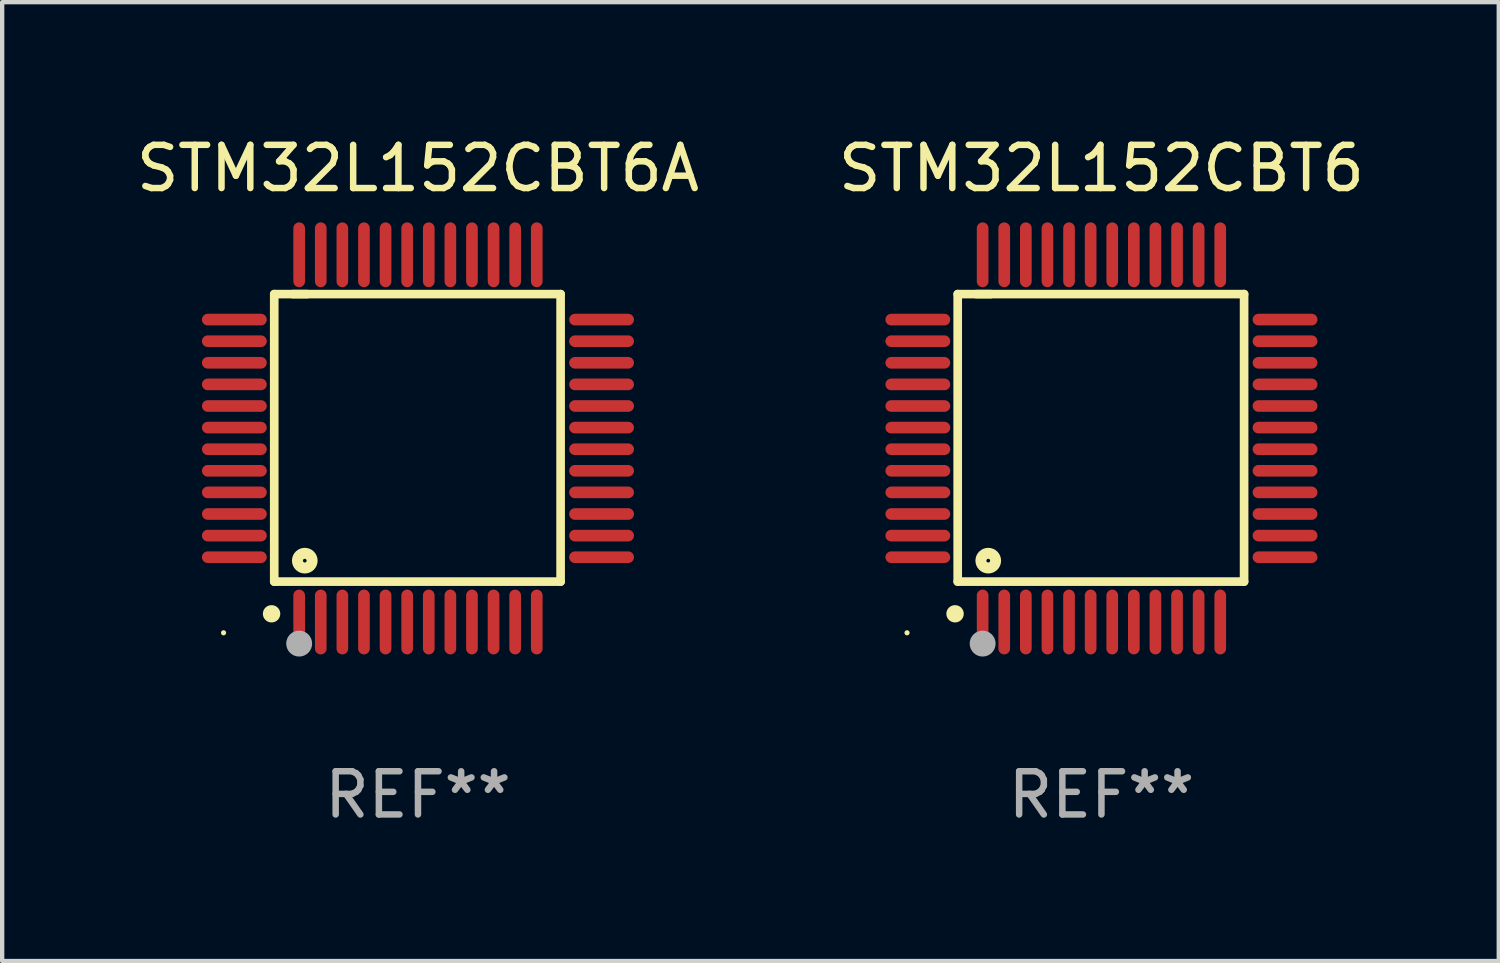
<source format=kicad_pcb>
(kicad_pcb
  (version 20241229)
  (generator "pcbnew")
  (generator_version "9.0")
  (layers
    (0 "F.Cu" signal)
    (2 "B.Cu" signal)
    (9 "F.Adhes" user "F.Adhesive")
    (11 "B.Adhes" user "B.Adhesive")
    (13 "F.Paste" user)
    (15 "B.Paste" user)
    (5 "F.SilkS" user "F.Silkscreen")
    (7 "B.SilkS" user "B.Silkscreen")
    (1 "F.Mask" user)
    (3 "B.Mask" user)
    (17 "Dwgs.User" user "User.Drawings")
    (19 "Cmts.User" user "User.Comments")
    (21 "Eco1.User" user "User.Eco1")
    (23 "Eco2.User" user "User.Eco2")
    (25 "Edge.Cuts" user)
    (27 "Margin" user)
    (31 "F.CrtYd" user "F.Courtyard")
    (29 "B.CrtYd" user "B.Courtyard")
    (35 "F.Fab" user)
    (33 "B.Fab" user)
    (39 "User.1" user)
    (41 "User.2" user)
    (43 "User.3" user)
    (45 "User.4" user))
  (footprint "STM32L152CBT6"
    (layer "F.Cu")
    (at 22.446 7.098)
    (property "Reference" "STM32L152CBT6" (at 0 -6.25 0) (layer "F.SilkS") (effects (font (size 1 1) (thickness 0.15))))
    (attr through_hole)
    (fp_line (start -3.327 -3.34) (end -2.565 -3.34) (stroke (width 0.2) (type solid)) (layer "F.SilkS"))
    (fp_line (start -3.327 3.315) (end -3.327 -3.34) (stroke (width 0.2) (type solid)) (layer "F.SilkS"))
    (fp_line (start -2.896 -3.34) (end 3.302 -3.34) (stroke (width 0.2) (type solid)) (layer "F.SilkS"))
    (fp_line (start 3.302 -3.34) (end 3.302 3.315) (stroke (width 0.2) (type solid)) (layer "F.SilkS"))
    (fp_line (start 3.302 3.315) (end -3.327 3.315) (stroke (width 0.2) (type solid)) (layer "F.SilkS"))
    (fp_arc (start -3.389992 4.059995) (mid -3.388722 4.059991) (end -3.387452 4.059995) (stroke (width 0.4) (type solid)) (layer "F.SilkS"))
    (fp_circle (center -4.5 4.5) (end -4.47 4.5) (stroke (width 0.06) (type solid)) (fill no) (layer "F.SilkS"))
    (fp_circle (center -2.62 2.83) (end -2.45 2.83) (stroke (width 0.254) (type solid)) (fill no) (layer "F.SilkS"))
    (fp_circle (center -2.75 4.75) (end -2.6 4.75) (stroke (width 0.3) (type solid)) (fill no) (layer "F.Fab"))
    (fp_text user "REF**" (at 0 8.25 0) (layer "F.Fab") (effects (font (size 1 1) (thickness 0.15))))
    (pad "1" smd oval (at -2.75 4.25) (size 0.27 1.5) (layers "F.Cu" "F.Mask" "F.Paste"))
    (pad "2" smd oval (at -2.25 4.25) (size 0.27 1.5) (layers "F.Cu" "F.Mask" "F.Paste"))
    (pad "3" smd oval (at -1.75 4.25) (size 0.27 1.5) (layers "F.Cu" "F.Mask" "F.Paste"))
    (pad "4" smd oval (at -1.25 4.25) (size 0.27 1.5) (layers "F.Cu" "F.Mask" "F.Paste"))
    (pad "5" smd oval (at -0.75 4.25) (size 0.27 1.5) (layers "F.Cu" "F.Mask" "F.Paste"))
    (pad "6" smd oval (at -0.25 4.25) (size 0.27 1.5) (layers "F.Cu" "F.Mask" "F.Paste"))
    (pad "7" smd oval (at 0.25 4.25) (size 0.27 1.5) (layers "F.Cu" "F.Mask" "F.Paste"))
    (pad "8" smd oval (at 0.75 4.25) (size 0.27 1.5) (layers "F.Cu" "F.Mask" "F.Paste"))
    (pad "9" smd oval (at 1.25 4.25) (size 0.27 1.5) (layers "F.Cu" "F.Mask" "F.Paste"))
    (pad "10" smd oval (at 1.75 4.25) (size 0.27 1.5) (layers "F.Cu" "F.Mask" "F.Paste"))
    (pad "11" smd oval (at 2.25 4.25) (size 0.27 1.5) (layers "F.Cu" "F.Mask" "F.Paste"))
    (pad "12" smd oval (at 2.75 4.25) (size 0.27 1.5) (layers "F.Cu" "F.Mask" "F.Paste"))
    (pad "13" smd oval (at 4.25 2.75) (size 1.5 0.27) (layers "F.Cu" "F.Mask" "F.Paste"))
    (pad "14" smd oval (at 4.25 2.25) (size 1.5 0.27) (layers "F.Cu" "F.Mask" "F.Paste"))
    (pad "15" smd oval (at 4.25 1.75) (size 1.5 0.27) (layers "F.Cu" "F.Mask" "F.Paste"))
    (pad "16" smd oval (at 4.25 1.25) (size 1.5 0.27) (layers "F.Cu" "F.Mask" "F.Paste"))
    (pad "17" smd oval (at 4.25 0.75) (size 1.5 0.27) (layers "F.Cu" "F.Mask" "F.Paste"))
    (pad "18" smd oval (at 4.25 0.25) (size 1.5 0.27) (layers "F.Cu" "F.Mask" "F.Paste"))
    (pad "19" smd oval (at 4.25 -0.25) (size 1.5 0.27) (layers "F.Cu" "F.Mask" "F.Paste"))
    (pad "20" smd oval (at 4.25 -0.75) (size 1.5 0.27) (layers "F.Cu" "F.Mask" "F.Paste"))
    (pad "21" smd oval (at 4.25 -1.25) (size 1.5 0.27) (layers "F.Cu" "F.Mask" "F.Paste"))
    (pad "22" smd oval (at 4.25 -1.75) (size 1.5 0.27) (layers "F.Cu" "F.Mask" "F.Paste"))
    (pad "23" smd oval (at 4.25 -2.25) (size 1.5 0.27) (layers "F.Cu" "F.Mask" "F.Paste"))
    (pad "24" smd oval (at 4.25 -2.75) (size 1.5 0.27) (layers "F.Cu" "F.Mask" "F.Paste"))
    (pad "25" smd oval (at 2.75 -4.25) (size 0.27 1.5) (layers "F.Cu" "F.Mask" "F.Paste"))
    (pad "26" smd oval (at 2.25 -4.25) (size 0.27 1.5) (layers "F.Cu" "F.Mask" "F.Paste"))
    (pad "27" smd oval (at 1.75 -4.25) (size 0.27 1.5) (layers "F.Cu" "F.Mask" "F.Paste"))
    (pad "28" smd oval (at 1.25 -4.25) (size 0.27 1.5) (layers "F.Cu" "F.Mask" "F.Paste"))
    (pad "29" smd oval (at 0.75 -4.25) (size 0.27 1.5) (layers "F.Cu" "F.Mask" "F.Paste"))
    (pad "30" smd oval (at 0.25 -4.25) (size 0.27 1.5) (layers "F.Cu" "F.Mask" "F.Paste"))
    (pad "31" smd oval (at -0.25 -4.25) (size 0.27 1.5) (layers "F.Cu" "F.Mask" "F.Paste"))
    (pad "32" smd oval (at -0.75 -4.25) (size 0.27 1.5) (layers "F.Cu" "F.Mask" "F.Paste"))
    (pad "33" smd oval (at -1.25 -4.25) (size 0.27 1.5) (layers "F.Cu" "F.Mask" "F.Paste"))
    (pad "34" smd oval (at -1.75 -4.25) (size 0.27 1.5) (layers "F.Cu" "F.Mask" "F.Paste"))
    (pad "35" smd oval (at -2.25 -4.25) (size 0.27 1.5) (layers "F.Cu" "F.Mask" "F.Paste"))
    (pad "36" smd oval (at -2.75 -4.25) (size 0.27 1.5) (layers "F.Cu" "F.Mask" "F.Paste"))
    (pad "37" smd oval (at -4.25 -2.75) (size 1.5 0.27) (layers "F.Cu" "F.Mask" "F.Paste"))
    (pad "38" smd oval (at -4.25 -2.25) (size 1.5 0.27) (layers "F.Cu" "F.Mask" "F.Paste"))
    (pad "39" smd oval (at -4.25 -1.75) (size 1.5 0.27) (layers "F.Cu" "F.Mask" "F.Paste"))
    (pad "40" smd oval (at -4.25 -1.25) (size 1.5 0.27) (layers "F.Cu" "F.Mask" "F.Paste"))
    (pad "41" smd oval (at -4.25 -0.75) (size 1.5 0.27) (layers "F.Cu" "F.Mask" "F.Paste"))
    (pad "42" smd oval (at -4.25 -0.25) (size 1.5 0.27) (layers "F.Cu" "F.Mask" "F.Paste"))
    (pad "43" smd oval (at -4.25 0.25) (size 1.5 0.27) (layers "F.Cu" "F.Mask" "F.Paste"))
    (pad "44" smd oval (at -4.25 0.75) (size 1.5 0.27) (layers "F.Cu" "F.Mask" "F.Paste"))
    (pad "45" smd oval (at -4.25 1.25) (size 1.5 0.27) (layers "F.Cu" "F.Mask" "F.Paste"))
    (pad "46" smd oval (at -4.25 1.75) (size 1.5 0.27) (layers "F.Cu" "F.Mask" "F.Paste"))
    (pad "47" smd oval (at -4.25 2.25) (size 1.5 0.27) (layers "F.Cu" "F.Mask" "F.Paste"))
    (pad "48" smd oval (at -4.25 2.75) (size 1.5 0.27) (layers "F.Cu" "F.Mask" "F.Paste")))
  (footprint "STM32L152CBT6A"
    (layer "F.Cu")
    (at 6.625 7.098)
    (property "Reference" "STM32L152CBT6A" (at 0 -6.25 0) (layer "F.SilkS") (effects (font (size 1 1) (thickness 0.15))))
    (attr through_hole)
    (fp_line (start -3.327 -3.34) (end -2.565 -3.34) (stroke (width 0.2) (type solid)) (layer "F.SilkS"))
    (fp_line (start -3.327 3.315) (end -3.327 -3.34) (stroke (width 0.2) (type solid)) (layer "F.SilkS"))
    (fp_line (start -2.896 -3.34) (end 3.302 -3.34) (stroke (width 0.2) (type solid)) (layer "F.SilkS"))
    (fp_line (start 3.302 -3.34) (end 3.302 3.315) (stroke (width 0.2) (type solid)) (layer "F.SilkS"))
    (fp_line (start 3.302 3.315) (end -3.327 3.315) (stroke (width 0.2) (type solid)) (layer "F.SilkS"))
    (fp_arc (start -3.389992 4.059995) (mid -3.388722 4.059991) (end -3.387452 4.059995) (stroke (width 0.4) (type solid)) (layer "F.SilkS"))
    (fp_circle (center -4.5 4.5) (end -4.47 4.5) (stroke (width 0.06) (type solid)) (fill no) (layer "F.SilkS"))
    (fp_circle (center -2.62 2.83) (end -2.45 2.83) (stroke (width 0.254) (type solid)) (fill no) (layer "F.SilkS"))
    (fp_circle (center -2.75 4.75) (end -2.6 4.75) (stroke (width 0.3) (type solid)) (fill no) (layer "F.Fab"))
    (fp_text user "REF**" (at 0 8.25 0) (layer "F.Fab") (effects (font (size 1 1) (thickness 0.15))))
    (pad "1" smd oval (at -2.75 4.25) (size 0.27 1.5) (layers "F.Cu" "F.Mask" "F.Paste"))
    (pad "2" smd oval (at -2.25 4.25) (size 0.27 1.5) (layers "F.Cu" "F.Mask" "F.Paste"))
    (pad "3" smd oval (at -1.75 4.25) (size 0.27 1.5) (layers "F.Cu" "F.Mask" "F.Paste"))
    (pad "4" smd oval (at -1.25 4.25) (size 0.27 1.5) (layers "F.Cu" "F.Mask" "F.Paste"))
    (pad "5" smd oval (at -0.75 4.25) (size 0.27 1.5) (layers "F.Cu" "F.Mask" "F.Paste"))
    (pad "6" smd oval (at -0.25 4.25) (size 0.27 1.5) (layers "F.Cu" "F.Mask" "F.Paste"))
    (pad "7" smd oval (at 0.25 4.25) (size 0.27 1.5) (layers "F.Cu" "F.Mask" "F.Paste"))
    (pad "8" smd oval (at 0.75 4.25) (size 0.27 1.5) (layers "F.Cu" "F.Mask" "F.Paste"))
    (pad "9" smd oval (at 1.25 4.25) (size 0.27 1.5) (layers "F.Cu" "F.Mask" "F.Paste"))
    (pad "10" smd oval (at 1.75 4.25) (size 0.27 1.5) (layers "F.Cu" "F.Mask" "F.Paste"))
    (pad "11" smd oval (at 2.25 4.25) (size 0.27 1.5) (layers "F.Cu" "F.Mask" "F.Paste"))
    (pad "12" smd oval (at 2.75 4.25) (size 0.27 1.5) (layers "F.Cu" "F.Mask" "F.Paste"))
    (pad "13" smd oval (at 4.25 2.75) (size 1.5 0.27) (layers "F.Cu" "F.Mask" "F.Paste"))
    (pad "14" smd oval (at 4.25 2.25) (size 1.5 0.27) (layers "F.Cu" "F.Mask" "F.Paste"))
    (pad "15" smd oval (at 4.25 1.75) (size 1.5 0.27) (layers "F.Cu" "F.Mask" "F.Paste"))
    (pad "16" smd oval (at 4.25 1.25) (size 1.5 0.27) (layers "F.Cu" "F.Mask" "F.Paste"))
    (pad "17" smd oval (at 4.25 0.75) (size 1.5 0.27) (layers "F.Cu" "F.Mask" "F.Paste"))
    (pad "18" smd oval (at 4.25 0.25) (size 1.5 0.27) (layers "F.Cu" "F.Mask" "F.Paste"))
    (pad "19" smd oval (at 4.25 -0.25) (size 1.5 0.27) (layers "F.Cu" "F.Mask" "F.Paste"))
    (pad "20" smd oval (at 4.25 -0.75) (size 1.5 0.27) (layers "F.Cu" "F.Mask" "F.Paste"))
    (pad "21" smd oval (at 4.25 -1.25) (size 1.5 0.27) (layers "F.Cu" "F.Mask" "F.Paste"))
    (pad "22" smd oval (at 4.25 -1.75) (size 1.5 0.27) (layers "F.Cu" "F.Mask" "F.Paste"))
    (pad "23" smd oval (at 4.25 -2.25) (size 1.5 0.27) (layers "F.Cu" "F.Mask" "F.Paste"))
    (pad "24" smd oval (at 4.25 -2.75) (size 1.5 0.27) (layers "F.Cu" "F.Mask" "F.Paste"))
    (pad "25" smd oval (at 2.75 -4.25) (size 0.27 1.5) (layers "F.Cu" "F.Mask" "F.Paste"))
    (pad "26" smd oval (at 2.25 -4.25) (size 0.27 1.5) (layers "F.Cu" "F.Mask" "F.Paste"))
    (pad "27" smd oval (at 1.75 -4.25) (size 0.27 1.5) (layers "F.Cu" "F.Mask" "F.Paste"))
    (pad "28" smd oval (at 1.25 -4.25) (size 0.27 1.5) (layers "F.Cu" "F.Mask" "F.Paste"))
    (pad "29" smd oval (at 0.75 -4.25) (size 0.27 1.5) (layers "F.Cu" "F.Mask" "F.Paste"))
    (pad "30" smd oval (at 0.25 -4.25) (size 0.27 1.5) (layers "F.Cu" "F.Mask" "F.Paste"))
    (pad "31" smd oval (at -0.25 -4.25) (size 0.27 1.5) (layers "F.Cu" "F.Mask" "F.Paste"))
    (pad "32" smd oval (at -0.75 -4.25) (size 0.27 1.5) (layers "F.Cu" "F.Mask" "F.Paste"))
    (pad "33" smd oval (at -1.25 -4.25) (size 0.27 1.5) (layers "F.Cu" "F.Mask" "F.Paste"))
    (pad "34" smd oval (at -1.75 -4.25) (size 0.27 1.5) (layers "F.Cu" "F.Mask" "F.Paste"))
    (pad "35" smd oval (at -2.25 -4.25) (size 0.27 1.5) (layers "F.Cu" "F.Mask" "F.Paste"))
    (pad "36" smd oval (at -2.75 -4.25) (size 0.27 1.5) (layers "F.Cu" "F.Mask" "F.Paste"))
    (pad "37" smd oval (at -4.25 -2.75) (size 1.5 0.27) (layers "F.Cu" "F.Mask" "F.Paste"))
    (pad "38" smd oval (at -4.25 -2.25) (size 1.5 0.27) (layers "F.Cu" "F.Mask" "F.Paste"))
    (pad "39" smd oval (at -4.25 -1.75) (size 1.5 0.27) (layers "F.Cu" "F.Mask" "F.Paste"))
    (pad "40" smd oval (at -4.25 -1.25) (size 1.5 0.27) (layers "F.Cu" "F.Mask" "F.Paste"))
    (pad "41" smd oval (at -4.25 -0.75) (size 1.5 0.27) (layers "F.Cu" "F.Mask" "F.Paste"))
    (pad "42" smd oval (at -4.25 -0.25) (size 1.5 0.27) (layers "F.Cu" "F.Mask" "F.Paste"))
    (pad "43" smd oval (at -4.25 0.25) (size 1.5 0.27) (layers "F.Cu" "F.Mask" "F.Paste"))
    (pad "44" smd oval (at -4.25 0.75) (size 1.5 0.27) (layers "F.Cu" "F.Mask" "F.Paste"))
    (pad "45" smd oval (at -4.25 1.25) (size 1.5 0.27) (layers "F.Cu" "F.Mask" "F.Paste"))
    (pad "46" smd oval (at -4.25 1.75) (size 1.5 0.27) (layers "F.Cu" "F.Mask" "F.Paste"))
    (pad "47" smd oval (at -4.25 2.25) (size 1.5 0.27) (layers "F.Cu" "F.Mask" "F.Paste"))
    (pad "48" smd oval (at -4.25 2.75) (size 1.5 0.27) (layers "F.Cu" "F.Mask" "F.Paste")))
  (gr_rect
    (start -3 -3)
    (end 31.643 19.196)
    (stroke (width 0.1) (type default))
    (fill no)
    (layer "Edge.Cuts")))
</source>
